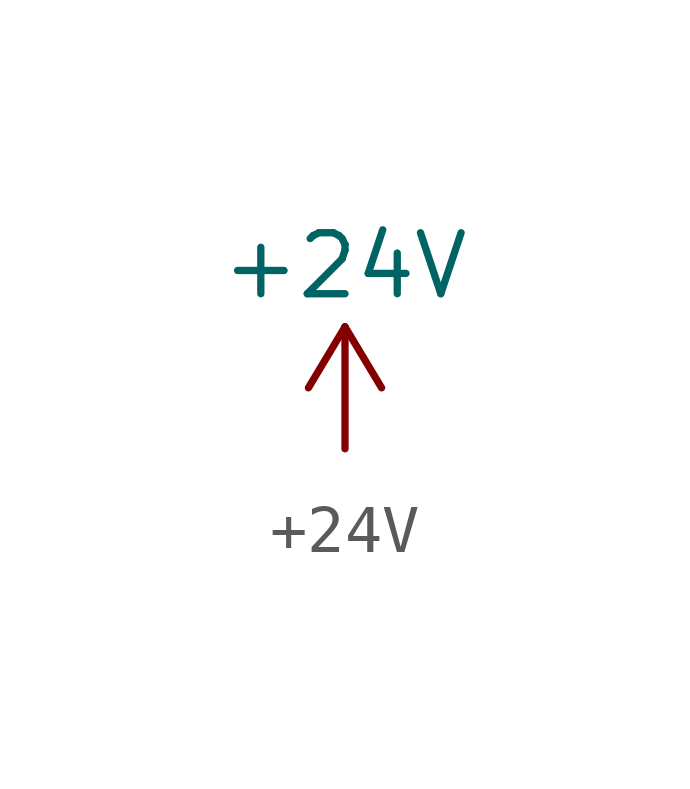
<source format=kicad_sym>
(kicad_symbol_lib
  (version 20211014)
  (generator kicad_symbol_editor)
  (symbol "+24V"
    (power)
    (pin_numbers hide)
    (pin_names
      (offset 0))
    (property "Reference" "#PWR"
      (at 1.27 0 90)
      (effects (font (size 1.27 1.27)) hide))
    (property "Value" "+24V"
      (at 0 3.81 0)
      (effects (font (size 1.27 1.27))))
    (symbol "+24V_1_1"
      (polyline (pts (xy -0.762 1.27) (xy 0 2.54)) (stroke (width 0) (type default) (color 0 0 0 0)) (fill (type none)))
      (polyline (pts (xy 0 0) (xy 0 2.54)) (stroke (width 0) (type default) (color 0 0 0 0)) (fill (type none)))
      (polyline (pts (xy 0 2.54) (xy 0.762 1.27)) (stroke (width 0) (type default) (color 0 0 0 0)) (fill (type none)))
      (pin power_in line (at 0 0 90) (length 0) hide (name "+24V" (effects (font (size 1.27 1.27)))) (number "1" (effects (font (size 1.27 1.27))))))))
</source>
